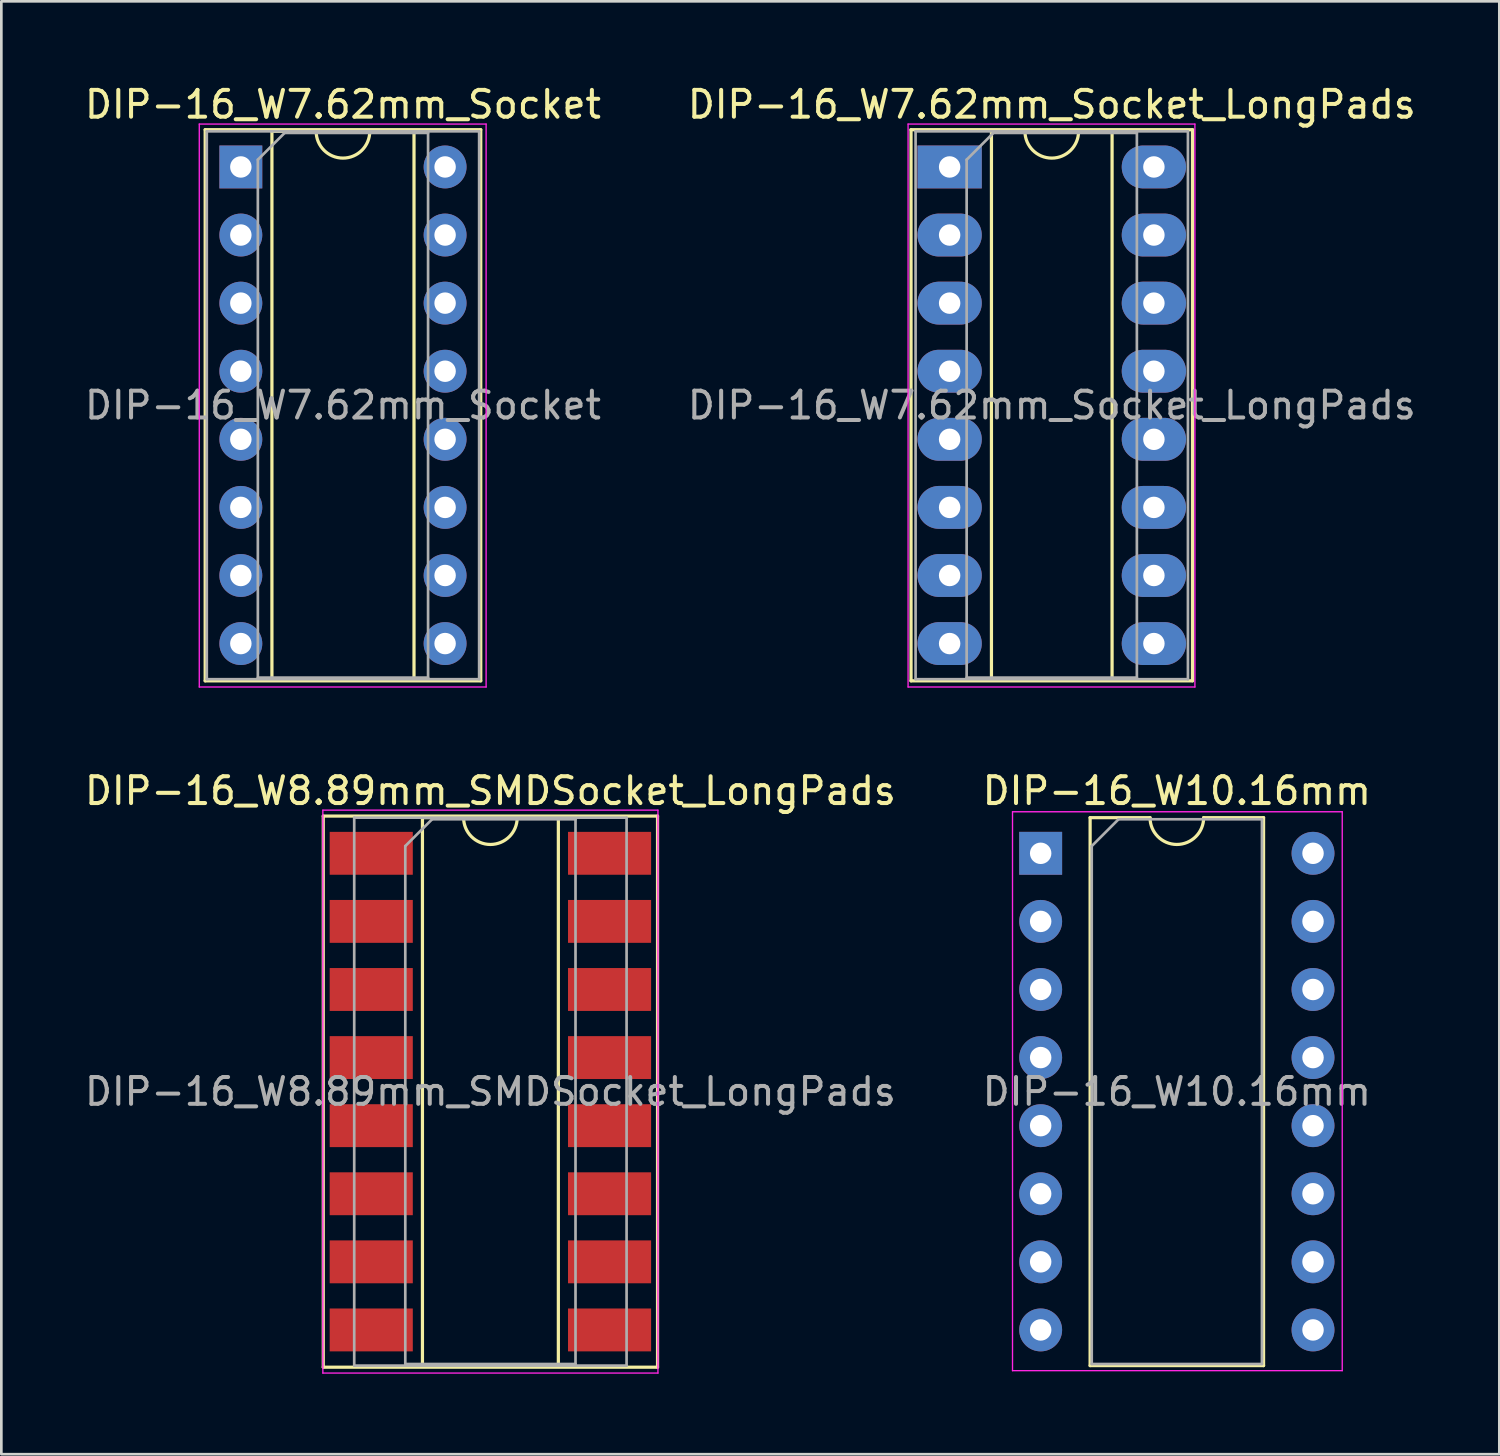
<source format=kicad_pcb>
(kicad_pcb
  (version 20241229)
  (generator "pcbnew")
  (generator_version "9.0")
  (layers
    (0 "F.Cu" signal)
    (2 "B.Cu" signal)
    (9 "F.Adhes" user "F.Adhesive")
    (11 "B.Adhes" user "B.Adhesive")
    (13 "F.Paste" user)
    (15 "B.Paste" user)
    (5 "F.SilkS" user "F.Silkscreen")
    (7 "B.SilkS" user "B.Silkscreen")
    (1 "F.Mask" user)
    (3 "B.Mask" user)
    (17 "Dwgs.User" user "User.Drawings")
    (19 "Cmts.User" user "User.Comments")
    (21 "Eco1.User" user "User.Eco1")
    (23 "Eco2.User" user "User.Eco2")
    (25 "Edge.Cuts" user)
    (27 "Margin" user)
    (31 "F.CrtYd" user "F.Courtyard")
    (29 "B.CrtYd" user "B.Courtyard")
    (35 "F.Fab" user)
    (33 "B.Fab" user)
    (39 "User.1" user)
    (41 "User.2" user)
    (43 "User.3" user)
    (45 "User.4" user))
  (footprint "DIP-16_W8.89mm_SMDSocket_LongPads"
    (layer "F.Cu")
    (at 15.244 37.672)
    (property "Reference" "DIP-16_W8.89mm_SMDSocket_LongPads" (at 0 -11.22 0) (layer "F.SilkS") (effects (font (size 1 1) (thickness 0.15))))
    (attr smd)
    (fp_line (start -6.235 -10.28) (end -6.235 10.28) (stroke (width 0.12) (type solid)) (layer "F.SilkS"))
    (fp_line (start -6.235 10.28) (end 6.235 10.28) (stroke (width 0.12) (type solid)) (layer "F.SilkS"))
    (fp_line (start -2.535 -10.22) (end -2.535 10.22) (stroke (width 0.12) (type solid)) (layer "F.SilkS"))
    (fp_line (start -2.535 10.22) (end 2.535 10.22) (stroke (width 0.12) (type solid)) (layer "F.SilkS"))
    (fp_line (start -1 -10.22) (end -2.535 -10.22) (stroke (width 0.12) (type solid)) (layer "F.SilkS"))
    (fp_line (start 2.535 -10.22) (end 1 -10.22) (stroke (width 0.12) (type solid)) (layer "F.SilkS"))
    (fp_line (start 2.535 10.22) (end 2.535 -10.22) (stroke (width 0.12) (type solid)) (layer "F.SilkS"))
    (fp_line (start 6.235 -10.28) (end -6.235 -10.28) (stroke (width 0.12) (type solid)) (layer "F.SilkS"))
    (fp_line (start 6.235 10.28) (end 6.235 -10.28) (stroke (width 0.12) (type solid)) (layer "F.SilkS"))
    (fp_arc (start 1 -10.22) (mid 0 -9.22) (end -1 -10.22) (stroke (width 0.12) (type solid)) (layer "F.SilkS"))
    (fp_line (start -6.25 -10.5) (end -6.25 10.5) (stroke (width 0.05) (type solid)) (layer "F.CrtYd"))
    (fp_line (start -6.25 10.5) (end 6.25 10.5) (stroke (width 0.05) (type solid)) (layer "F.CrtYd"))
    (fp_line (start 6.25 -10.5) (end -6.25 -10.5) (stroke (width 0.05) (type solid)) (layer "F.CrtYd"))
    (fp_line (start 6.25 10.5) (end 6.25 -10.5) (stroke (width 0.05) (type solid)) (layer "F.CrtYd"))
    (fp_line (start -5.08 -10.22) (end -5.08 10.22) (stroke (width 0.1) (type solid)) (layer "F.Fab"))
    (fp_line (start -5.08 10.22) (end 5.08 10.22) (stroke (width 0.1) (type solid)) (layer "F.Fab"))
    (fp_line (start -3.175 -9.16) (end -2.175 -10.16) (stroke (width 0.1) (type solid)) (layer "F.Fab"))
    (fp_line (start -3.175 10.16) (end -3.175 -9.16) (stroke (width 0.1) (type solid)) (layer "F.Fab"))
    (fp_line (start -2.175 -10.16) (end 3.175 -10.16) (stroke (width 0.1) (type solid)) (layer "F.Fab"))
    (fp_line (start 3.175 -10.16) (end 3.175 10.16) (stroke (width 0.1) (type solid)) (layer "F.Fab"))
    (fp_line (start 3.175 10.16) (end -3.175 10.16) (stroke (width 0.1) (type solid)) (layer "F.Fab"))
    (fp_line (start 5.08 -10.22) (end -5.08 -10.22) (stroke (width 0.1) (type solid)) (layer "F.Fab"))
    (fp_line (start 5.08 10.22) (end 5.08 -10.22) (stroke (width 0.1) (type solid)) (layer "F.Fab"))
    (fp_text user "${REFERENCE}" (at 0 0 0) (layer "F.Fab") (effects (font (size 1 1) (thickness 0.15))))
    (pad "1" smd rect (at -4.445 -8.89) (size 3.1 1.6) (layers "F.Cu" "F.Mask" "F.Paste"))
    (pad "2" smd rect (at -4.445 -6.35) (size 3.1 1.6) (layers "F.Cu" "F.Mask" "F.Paste"))
    (pad "3" smd rect (at -4.445 -3.81) (size 3.1 1.6) (layers "F.Cu" "F.Mask" "F.Paste"))
    (pad "4" smd rect (at -4.445 -1.27) (size 3.1 1.6) (layers "F.Cu" "F.Mask" "F.Paste"))
    (pad "5" smd rect (at -4.445 1.27) (size 3.1 1.6) (layers "F.Cu" "F.Mask" "F.Paste"))
    (pad "6" smd rect (at -4.445 3.81) (size 3.1 1.6) (layers "F.Cu" "F.Mask" "F.Paste"))
    (pad "7" smd rect (at -4.445 6.35) (size 3.1 1.6) (layers "F.Cu" "F.Mask" "F.Paste"))
    (pad "8" smd rect (at -4.445 8.89) (size 3.1 1.6) (layers "F.Cu" "F.Mask" "F.Paste"))
    (pad "9" smd rect (at 4.445 8.89) (size 3.1 1.6) (layers "F.Cu" "F.Mask" "F.Paste"))
    (pad "10" smd rect (at 4.445 6.35) (size 3.1 1.6) (layers "F.Cu" "F.Mask" "F.Paste"))
    (pad "11" smd rect (at 4.445 3.81) (size 3.1 1.6) (layers "F.Cu" "F.Mask" "F.Paste"))
    (pad "12" smd rect (at 4.445 1.27) (size 3.1 1.6) (layers "F.Cu" "F.Mask" "F.Paste"))
    (pad "13" smd rect (at 4.445 -1.27) (size 3.1 1.6) (layers "F.Cu" "F.Mask" "F.Paste"))
    (pad "14" smd rect (at 4.445 -3.81) (size 3.1 1.6) (layers "F.Cu" "F.Mask" "F.Paste"))
    (pad "15" smd rect (at 4.445 -6.35) (size 3.1 1.6) (layers "F.Cu" "F.Mask" "F.Paste"))
    (pad "16" smd rect (at 4.445 -8.89) (size 3.1 1.6) (layers "F.Cu" "F.Mask" "F.Paste")))
  (footprint "DIP-16_W7.62mm_Socket"
    (layer "F.Cu")
    (at 5.934 3.178)
    (property "Reference" "DIP-16_W7.62mm_Socket" (at 3.81 -2.33 0) (layer "F.SilkS") (effects (font (size 1 1) (thickness 0.15))))
    (attr through_hole)
    (fp_line (start -1.33 -1.39) (end -1.33 19.17) (stroke (width 0.12) (type solid)) (layer "F.SilkS"))
    (fp_line (start -1.33 19.17) (end 8.95 19.17) (stroke (width 0.12) (type solid)) (layer "F.SilkS"))
    (fp_line (start 1.16 -1.33) (end 1.16 19.11) (stroke (width 0.12) (type solid)) (layer "F.SilkS"))
    (fp_line (start 1.16 19.11) (end 6.46 19.11) (stroke (width 0.12) (type solid)) (layer "F.SilkS"))
    (fp_line (start 2.81 -1.33) (end 1.16 -1.33) (stroke (width 0.12) (type solid)) (layer "F.SilkS"))
    (fp_line (start 6.46 -1.33) (end 4.81 -1.33) (stroke (width 0.12) (type solid)) (layer "F.SilkS"))
    (fp_line (start 6.46 19.11) (end 6.46 -1.33) (stroke (width 0.12) (type solid)) (layer "F.SilkS"))
    (fp_line (start 8.95 -1.39) (end -1.33 -1.39) (stroke (width 0.12) (type solid)) (layer "F.SilkS"))
    (fp_line (start 8.95 19.17) (end 8.95 -1.39) (stroke (width 0.12) (type solid)) (layer "F.SilkS"))
    (fp_arc (start 4.81 -1.33) (mid 3.81 -0.33) (end 2.81 -1.33) (stroke (width 0.12) (type solid)) (layer "F.SilkS"))
    (fp_line (start -1.55 -1.6) (end -1.55 19.4) (stroke (width 0.05) (type solid)) (layer "F.CrtYd"))
    (fp_line (start -1.55 19.4) (end 9.15 19.4) (stroke (width 0.05) (type solid)) (layer "F.CrtYd"))
    (fp_line (start 9.15 -1.6) (end -1.55 -1.6) (stroke (width 0.05) (type solid)) (layer "F.CrtYd"))
    (fp_line (start 9.15 19.4) (end 9.15 -1.6) (stroke (width 0.05) (type solid)) (layer "F.CrtYd"))
    (fp_line (start -1.27 -1.33) (end -1.27 19.11) (stroke (width 0.1) (type solid)) (layer "F.Fab"))
    (fp_line (start -1.27 19.11) (end 8.89 19.11) (stroke (width 0.1) (type solid)) (layer "F.Fab"))
    (fp_line (start 0.635 -0.27) (end 1.635 -1.27) (stroke (width 0.1) (type solid)) (layer "F.Fab"))
    (fp_line (start 0.635 19.05) (end 0.635 -0.27) (stroke (width 0.1) (type solid)) (layer "F.Fab"))
    (fp_line (start 1.635 -1.27) (end 6.985 -1.27) (stroke (width 0.1) (type solid)) (layer "F.Fab"))
    (fp_line (start 6.985 -1.27) (end 6.985 19.05) (stroke (width 0.1) (type solid)) (layer "F.Fab"))
    (fp_line (start 6.985 19.05) (end 0.635 19.05) (stroke (width 0.1) (type solid)) (layer "F.Fab"))
    (fp_line (start 8.89 -1.33) (end -1.27 -1.33) (stroke (width 0.1) (type solid)) (layer "F.Fab"))
    (fp_line (start 8.89 19.11) (end 8.89 -1.33) (stroke (width 0.1) (type solid)) (layer "F.Fab"))
    (fp_text user "${REFERENCE}" (at 3.81 8.89 0) (layer "F.Fab") (effects (font (size 1 1) (thickness 0.15))))
    (pad "1" thru_hole rect (at 0 0) (size 1.6 1.6) (drill 0.8) (layers "*.Cu" "*.Mask"))
    (pad "2" thru_hole oval (at 0 2.54) (size 1.6 1.6) (drill 0.8) (layers "*.Cu" "*.Mask"))
    (pad "3" thru_hole oval (at 0 5.08) (size 1.6 1.6) (drill 0.8) (layers "*.Cu" "*.Mask"))
    (pad "4" thru_hole oval (at 0 7.62) (size 1.6 1.6) (drill 0.8) (layers "*.Cu" "*.Mask"))
    (pad "5" thru_hole oval (at 0 10.16) (size 1.6 1.6) (drill 0.8) (layers "*.Cu" "*.Mask"))
    (pad "6" thru_hole oval (at 0 12.7) (size 1.6 1.6) (drill 0.8) (layers "*.Cu" "*.Mask"))
    (pad "7" thru_hole oval (at 0 15.24) (size 1.6 1.6) (drill 0.8) (layers "*.Cu" "*.Mask"))
    (pad "8" thru_hole oval (at 0 17.78) (size 1.6 1.6) (drill 0.8) (layers "*.Cu" "*.Mask"))
    (pad "9" thru_hole oval (at 7.62 17.78) (size 1.6 1.6) (drill 0.8) (layers "*.Cu" "*.Mask"))
    (pad "10" thru_hole oval (at 7.62 15.24) (size 1.6 1.6) (drill 0.8) (layers "*.Cu" "*.Mask"))
    (pad "11" thru_hole oval (at 7.62 12.7) (size 1.6 1.6) (drill 0.8) (layers "*.Cu" "*.Mask"))
    (pad "12" thru_hole oval (at 7.62 10.16) (size 1.6 1.6) (drill 0.8) (layers "*.Cu" "*.Mask"))
    (pad "13" thru_hole oval (at 7.62 7.62) (size 1.6 1.6) (drill 0.8) (layers "*.Cu" "*.Mask"))
    (pad "14" thru_hole oval (at 7.62 5.08) (size 1.6 1.6) (drill 0.8) (layers "*.Cu" "*.Mask"))
    (pad "15" thru_hole oval (at 7.62 2.54) (size 1.6 1.6) (drill 0.8) (layers "*.Cu" "*.Mask"))
    (pad "16" thru_hole oval (at 7.62 0) (size 1.6 1.6) (drill 0.8) (layers "*.Cu" "*.Mask")))
  (footprint "DIP-16_W7.62mm_Socket_LongPads"
    (layer "F.Cu")
    (at 32.375 3.178)
    (property "Reference" "DIP-16_W7.62mm_Socket_LongPads" (at 3.81 -2.33 0) (layer "F.SilkS") (effects (font (size 1 1) (thickness 0.15))))
    (attr through_hole)
    (fp_line (start -1.44 -1.39) (end -1.44 19.17) (stroke (width 0.12) (type solid)) (layer "F.SilkS"))
    (fp_line (start -1.44 19.17) (end 9.06 19.17) (stroke (width 0.12) (type solid)) (layer "F.SilkS"))
    (fp_line (start 1.56 -1.33) (end 1.56 19.11) (stroke (width 0.12) (type solid)) (layer "F.SilkS"))
    (fp_line (start 1.56 19.11) (end 6.06 19.11) (stroke (width 0.12) (type solid)) (layer "F.SilkS"))
    (fp_line (start 2.81 -1.33) (end 1.56 -1.33) (stroke (width 0.12) (type solid)) (layer "F.SilkS"))
    (fp_line (start 6.06 -1.33) (end 4.81 -1.33) (stroke (width 0.12) (type solid)) (layer "F.SilkS"))
    (fp_line (start 6.06 19.11) (end 6.06 -1.33) (stroke (width 0.12) (type solid)) (layer "F.SilkS"))
    (fp_line (start 9.06 -1.39) (end -1.44 -1.39) (stroke (width 0.12) (type solid)) (layer "F.SilkS"))
    (fp_line (start 9.06 19.17) (end 9.06 -1.39) (stroke (width 0.12) (type solid)) (layer "F.SilkS"))
    (fp_arc (start 4.81 -1.33) (mid 3.81 -0.33) (end 2.81 -1.33) (stroke (width 0.12) (type solid)) (layer "F.SilkS"))
    (fp_line (start -1.55 -1.6) (end -1.55 19.4) (stroke (width 0.05) (type solid)) (layer "F.CrtYd"))
    (fp_line (start -1.55 19.4) (end 9.15 19.4) (stroke (width 0.05) (type solid)) (layer "F.CrtYd"))
    (fp_line (start 9.15 -1.6) (end -1.55 -1.6) (stroke (width 0.05) (type solid)) (layer "F.CrtYd"))
    (fp_line (start 9.15 19.4) (end 9.15 -1.6) (stroke (width 0.05) (type solid)) (layer "F.CrtYd"))
    (fp_line (start -1.27 -1.33) (end -1.27 19.11) (stroke (width 0.1) (type solid)) (layer "F.Fab"))
    (fp_line (start -1.27 19.11) (end 8.89 19.11) (stroke (width 0.1) (type solid)) (layer "F.Fab"))
    (fp_line (start 0.635 -0.27) (end 1.635 -1.27) (stroke (width 0.1) (type solid)) (layer "F.Fab"))
    (fp_line (start 0.635 19.05) (end 0.635 -0.27) (stroke (width 0.1) (type solid)) (layer "F.Fab"))
    (fp_line (start 1.635 -1.27) (end 6.985 -1.27) (stroke (width 0.1) (type solid)) (layer "F.Fab"))
    (fp_line (start 6.985 -1.27) (end 6.985 19.05) (stroke (width 0.1) (type solid)) (layer "F.Fab"))
    (fp_line (start 6.985 19.05) (end 0.635 19.05) (stroke (width 0.1) (type solid)) (layer "F.Fab"))
    (fp_line (start 8.89 -1.33) (end -1.27 -1.33) (stroke (width 0.1) (type solid)) (layer "F.Fab"))
    (fp_line (start 8.89 19.11) (end 8.89 -1.33) (stroke (width 0.1) (type solid)) (layer "F.Fab"))
    (fp_text user "${REFERENCE}" (at 3.81 8.89 0) (layer "F.Fab") (effects (font (size 1 1) (thickness 0.15))))
    (pad "1" thru_hole rect (at 0 0) (size 2.4 1.6) (drill 0.8) (layers "*.Cu" "*.Mask"))
    (pad "2" thru_hole oval (at 0 2.54) (size 2.4 1.6) (drill 0.8) (layers "*.Cu" "*.Mask"))
    (pad "3" thru_hole oval (at 0 5.08) (size 2.4 1.6) (drill 0.8) (layers "*.Cu" "*.Mask"))
    (pad "4" thru_hole oval (at 0 7.62) (size 2.4 1.6) (drill 0.8) (layers "*.Cu" "*.Mask"))
    (pad "5" thru_hole oval (at 0 10.16) (size 2.4 1.6) (drill 0.8) (layers "*.Cu" "*.Mask"))
    (pad "6" thru_hole oval (at 0 12.7) (size 2.4 1.6) (drill 0.8) (layers "*.Cu" "*.Mask"))
    (pad "7" thru_hole oval (at 0 15.24) (size 2.4 1.6) (drill 0.8) (layers "*.Cu" "*.Mask"))
    (pad "8" thru_hole oval (at 0 17.78) (size 2.4 1.6) (drill 0.8) (layers "*.Cu" "*.Mask"))
    (pad "9" thru_hole oval (at 7.62 17.78) (size 2.4 1.6) (drill 0.8) (layers "*.Cu" "*.Mask"))
    (pad "10" thru_hole oval (at 7.62 15.24) (size 2.4 1.6) (drill 0.8) (layers "*.Cu" "*.Mask"))
    (pad "11" thru_hole oval (at 7.62 12.7) (size 2.4 1.6) (drill 0.8) (layers "*.Cu" "*.Mask"))
    (pad "12" thru_hole oval (at 7.62 10.16) (size 2.4 1.6) (drill 0.8) (layers "*.Cu" "*.Mask"))
    (pad "13" thru_hole oval (at 7.62 7.62) (size 2.4 1.6) (drill 0.8) (layers "*.Cu" "*.Mask"))
    (pad "14" thru_hole oval (at 7.62 5.08) (size 2.4 1.6) (drill 0.8) (layers "*.Cu" "*.Mask"))
    (pad "15" thru_hole oval (at 7.62 2.54) (size 2.4 1.6) (drill 0.8) (layers "*.Cu" "*.Mask"))
    (pad "16" thru_hole oval (at 7.62 0) (size 2.4 1.6) (drill 0.8) (layers "*.Cu" "*.Mask")))
  (footprint "DIP-16_W10.16mm"
    (layer "F.Cu")
    (at 35.771 28.782)
    (property "Reference" "DIP-16_W10.16mm" (at 5.08 -2.33 0) (layer "F.SilkS") (effects (font (size 1 1) (thickness 0.15))))
    (attr through_hole)
    (fp_line (start 1.845 -1.33) (end 1.845 19.11) (stroke (width 0.12) (type solid)) (layer "F.SilkS"))
    (fp_line (start 1.845 19.11) (end 8.315 19.11) (stroke (width 0.12) (type solid)) (layer "F.SilkS"))
    (fp_line (start 4.08 -1.33) (end 1.845 -1.33) (stroke (width 0.12) (type solid)) (layer "F.SilkS"))
    (fp_line (start 8.315 -1.33) (end 6.08 -1.33) (stroke (width 0.12) (type solid)) (layer "F.SilkS"))
    (fp_line (start 8.315 19.11) (end 8.315 -1.33) (stroke (width 0.12) (type solid)) (layer "F.SilkS"))
    (fp_arc (start 6.08 -1.33) (mid 5.08 -0.33) (end 4.08 -1.33) (stroke (width 0.12) (type solid)) (layer "F.SilkS"))
    (fp_line (start -1.05 -1.55) (end -1.05 19.3) (stroke (width 0.05) (type solid)) (layer "F.CrtYd"))
    (fp_line (start -1.05 19.3) (end 11.25 19.3) (stroke (width 0.05) (type solid)) (layer "F.CrtYd"))
    (fp_line (start 11.25 -1.55) (end -1.05 -1.55) (stroke (width 0.05) (type solid)) (layer "F.CrtYd"))
    (fp_line (start 11.25 19.3) (end 11.25 -1.55) (stroke (width 0.05) (type solid)) (layer "F.CrtYd"))
    (fp_line (start 1.905 -0.27) (end 2.905 -1.27) (stroke (width 0.1) (type solid)) (layer "F.Fab"))
    (fp_line (start 1.905 19.05) (end 1.905 -0.27) (stroke (width 0.1) (type solid)) (layer "F.Fab"))
    (fp_line (start 2.905 -1.27) (end 8.255 -1.27) (stroke (width 0.1) (type solid)) (layer "F.Fab"))
    (fp_line (start 8.255 -1.27) (end 8.255 19.05) (stroke (width 0.1) (type solid)) (layer "F.Fab"))
    (fp_line (start 8.255 19.05) (end 1.905 19.05) (stroke (width 0.1) (type solid)) (layer "F.Fab"))
    (fp_text user "${REFERENCE}" (at 5.08 8.89 0) (layer "F.Fab") (effects (font (size 1 1) (thickness 0.15))))
    (pad "1" thru_hole rect (at 0 0) (size 1.6 1.6) (drill 0.8) (layers "*.Cu" "*.Mask"))
    (pad "2" thru_hole oval (at 0 2.54) (size 1.6 1.6) (drill 0.8) (layers "*.Cu" "*.Mask"))
    (pad "3" thru_hole oval (at 0 5.08) (size 1.6 1.6) (drill 0.8) (layers "*.Cu" "*.Mask"))
    (pad "4" thru_hole oval (at 0 7.62) (size 1.6 1.6) (drill 0.8) (layers "*.Cu" "*.Mask"))
    (pad "5" thru_hole oval (at 0 10.16) (size 1.6 1.6) (drill 0.8) (layers "*.Cu" "*.Mask"))
    (pad "6" thru_hole oval (at 0 12.7) (size 1.6 1.6) (drill 0.8) (layers "*.Cu" "*.Mask"))
    (pad "7" thru_hole oval (at 0 15.24) (size 1.6 1.6) (drill 0.8) (layers "*.Cu" "*.Mask"))
    (pad "8" thru_hole oval (at 0 17.78) (size 1.6 1.6) (drill 0.8) (layers "*.Cu" "*.Mask"))
    (pad "9" thru_hole oval (at 10.16 17.78) (size 1.6 1.6) (drill 0.8) (layers "*.Cu" "*.Mask"))
    (pad "10" thru_hole oval (at 10.16 15.24) (size 1.6 1.6) (drill 0.8) (layers "*.Cu" "*.Mask"))
    (pad "11" thru_hole oval (at 10.16 12.7) (size 1.6 1.6) (drill 0.8) (layers "*.Cu" "*.Mask"))
    (pad "12" thru_hole oval (at 10.16 10.16) (size 1.6 1.6) (drill 0.8) (layers "*.Cu" "*.Mask"))
    (pad "13" thru_hole oval (at 10.16 7.62) (size 1.6 1.6) (drill 0.8) (layers "*.Cu" "*.Mask"))
    (pad "14" thru_hole oval (at 10.16 5.08) (size 1.6 1.6) (drill 0.8) (layers "*.Cu" "*.Mask"))
    (pad "15" thru_hole oval (at 10.16 2.54) (size 1.6 1.6) (drill 0.8) (layers "*.Cu" "*.Mask"))
    (pad "16" thru_hole oval (at 10.16 0) (size 1.6 1.6) (drill 0.8) (layers "*.Cu" "*.Mask")))
  (gr_rect
    (start -3 -3)
    (end 52.881 51.197)
    (stroke (width 0.1) (type default))
    (fill no)
    (layer "Edge.Cuts")))
</source>
